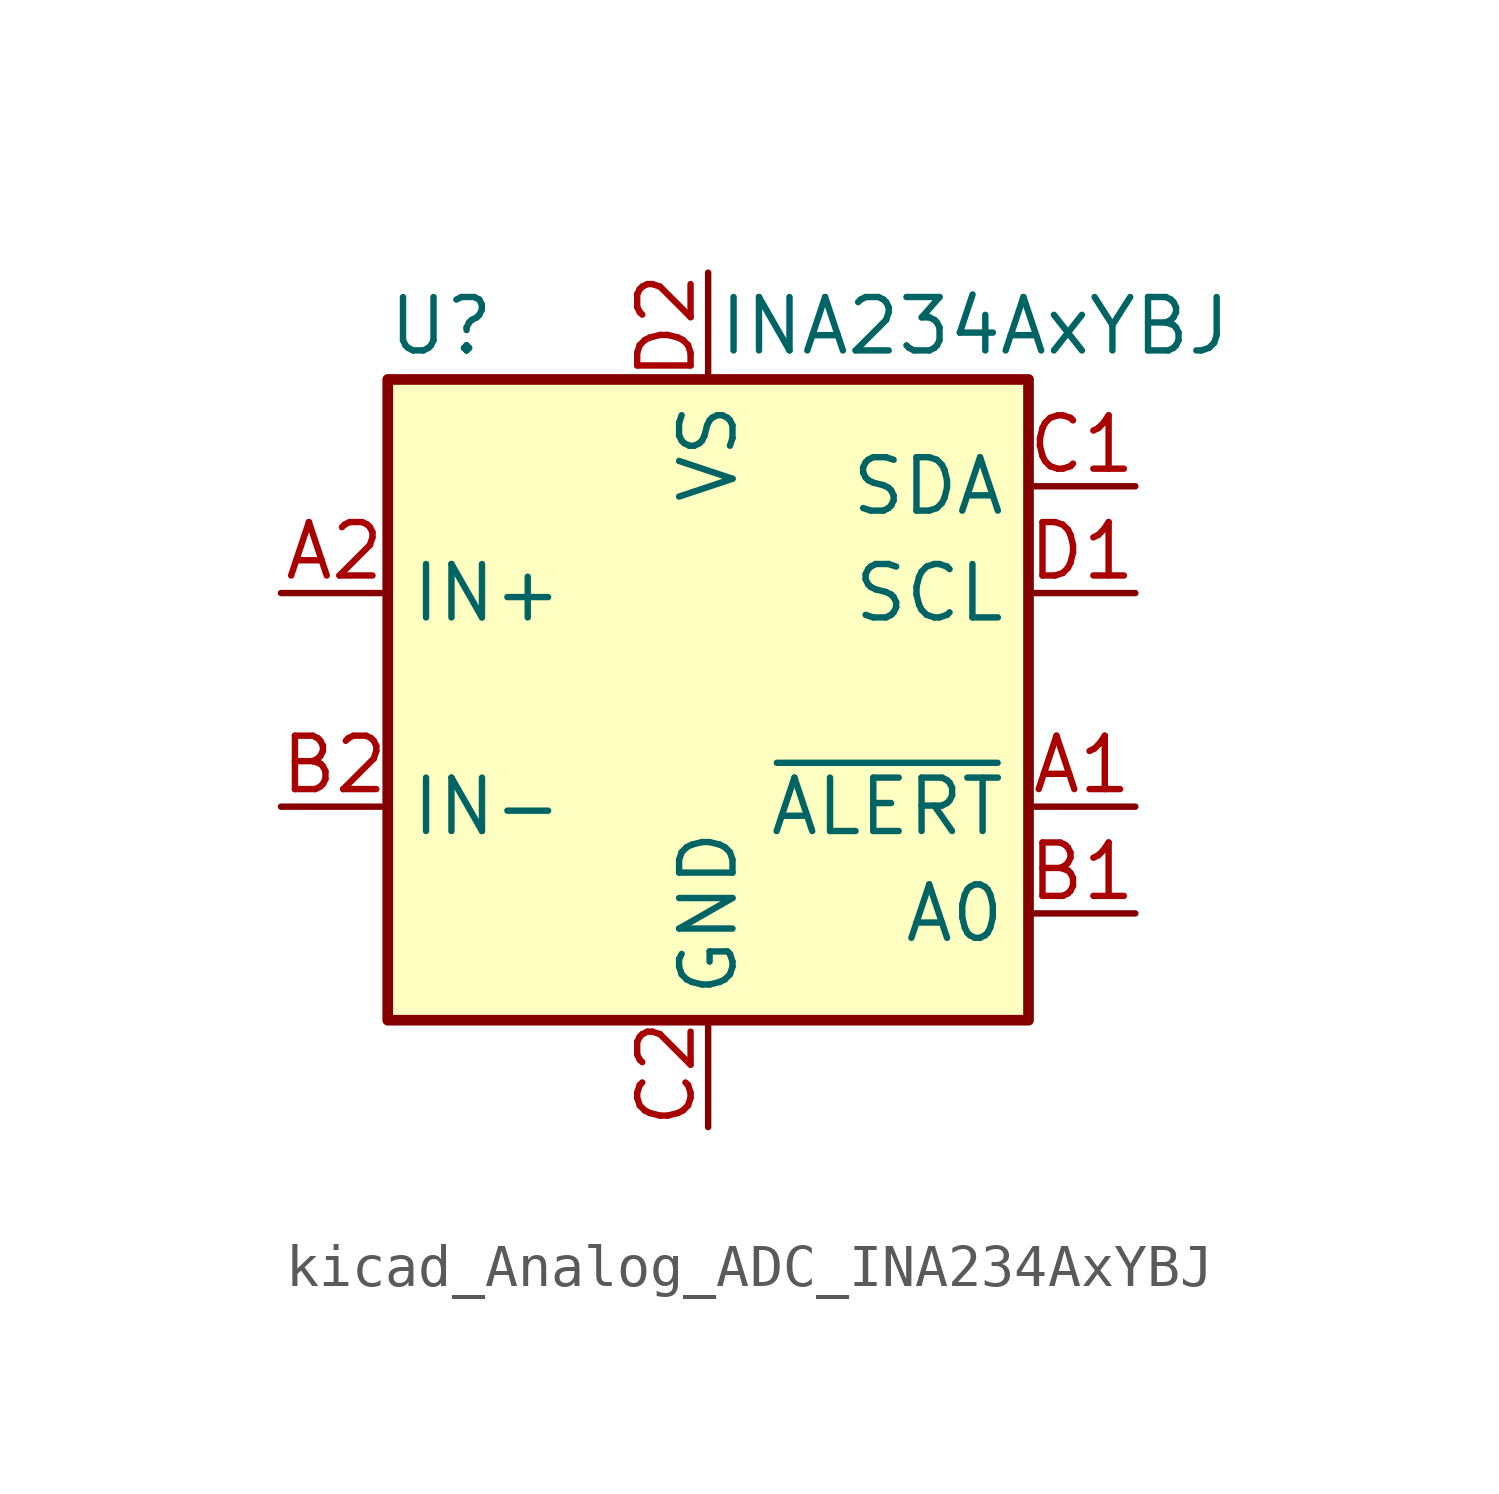
<source format=kicad_sym>
(kicad_symbol_lib
  (version 20220914)
  (generator kicad_symbol_editor)
  (symbol "kicad_Analog_ADC_INA234AxYBJ"
    (property "Reference" "U"
      (at -6.35 8.89 0)
      (effects (font (size 1.27 1.27))))
    (property "Value" "INA234AxYBJ"
      (at 6.35 8.89 0)
      (effects (font (size 1.27 1.27))))
    (symbol "kicad_Analog_ADC_INA234AxYBJ_0_1"
      (rectangle (start -7.62 7.62) (end 7.62 -7.62) (stroke (width 0.254) (type default)) (fill (type background))))
    (symbol "kicad_Analog_ADC_INA234AxYBJ_1_1"
      (pin open_collector line (at 10.16 -2.54 180) (length 2.54) (name "~{ALERT}" (effects (font (size 1.27 1.27)))) (number "A1" (effects (font (size 1.27 1.27)))) (alternate "ALERT" open_collector line))
      (pin input line (at -10.16 2.54 0) (length 2.54) (name "IN+" (effects (font (size 1.27 1.27)))) (number "A2" (effects (font (size 1.27 1.27)))))
      (pin input line (at 10.16 -5.08 180) (length 2.54) (name "A0" (effects (font (size 1.27 1.27)))) (number "B1" (effects (font (size 1.27 1.27)))))
      (pin input line (at -10.16 -2.54 0) (length 2.54) (name "IN-" (effects (font (size 1.27 1.27)))) (number "B2" (effects (font (size 1.27 1.27)))))
      (pin bidirectional line (at 10.16 5.08 180) (length 2.54) (name "SDA" (effects (font (size 1.27 1.27)))) (number "C1" (effects (font (size 1.27 1.27)))))
      (pin power_in line (at 0 -10.16 90) (length 2.54) (name "GND" (effects (font (size 1.27 1.27)))) (number "C2" (effects (font (size 1.27 1.27)))))
      (pin input line (at 10.16 2.54 180) (length 2.54) (name "SCL" (effects (font (size 1.27 1.27)))) (number "D1" (effects (font (size 1.27 1.27)))))
      (pin power_in line (at 0 10.16 270) (length 2.54) (name "VS" (effects (font (size 1.27 1.27)))) (number "D2" (effects (font (size 1.27 1.27))))))))
</source>
